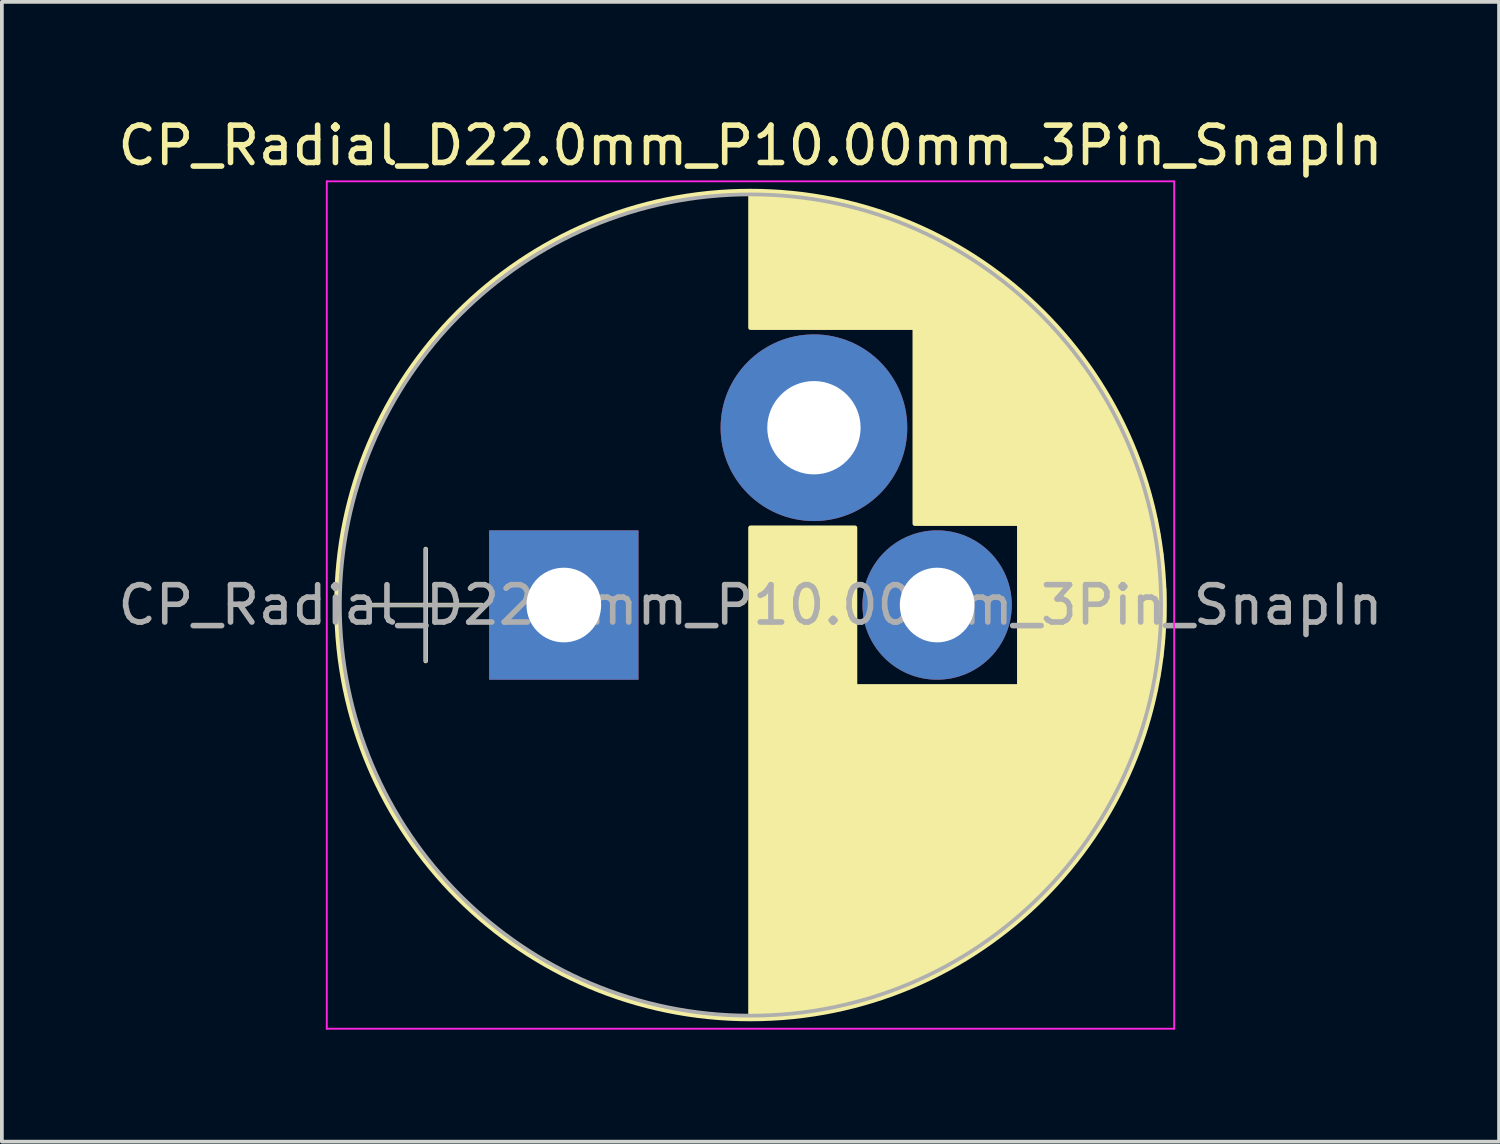
<source format=kicad_pcb>
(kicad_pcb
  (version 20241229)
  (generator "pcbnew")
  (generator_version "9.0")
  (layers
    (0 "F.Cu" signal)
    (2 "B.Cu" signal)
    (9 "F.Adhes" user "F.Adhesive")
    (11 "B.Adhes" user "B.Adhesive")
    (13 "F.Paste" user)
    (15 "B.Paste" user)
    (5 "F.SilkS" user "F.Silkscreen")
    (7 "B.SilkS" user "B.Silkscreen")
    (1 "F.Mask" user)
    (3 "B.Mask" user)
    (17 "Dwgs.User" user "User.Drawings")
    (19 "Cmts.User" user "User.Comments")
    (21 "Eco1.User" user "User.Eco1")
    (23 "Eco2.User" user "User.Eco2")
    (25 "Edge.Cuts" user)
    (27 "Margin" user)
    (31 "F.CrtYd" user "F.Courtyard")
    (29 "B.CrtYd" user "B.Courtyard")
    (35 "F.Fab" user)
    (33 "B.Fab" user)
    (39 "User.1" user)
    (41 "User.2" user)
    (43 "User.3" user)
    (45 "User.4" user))
  (footprint "CP_Radial_D22.0mm_P10.00mm_3Pin_SnapIn"
    (layer "F.Cu")
    (at 12.054 13.158)
    (property "Reference" "CP_Radial_D22.0mm_P10.00mm_3Pin_SnapIn" (at 5 -12.31 0) (layer "F.SilkS") (effects (font (size 1 1) (thickness 0.15))))
    (attr through_hole)
    (fp_line (start -5.2 0) (end -2.2 0) (stroke (width 0.12) (type solid)) (layer "F.SilkS"))
    (fp_line (start -3.7 -1.5) (end -3.7 1.5) (stroke (width 0.12) (type solid)) (layer "F.SilkS"))
    (fp_line (start 5 -11.05) (end 5 -7.43) (stroke (width 0.12) (type solid)) (layer "F.SilkS"))
    (fp_line (start 5 -2.07) (end 5 11.05) (stroke (width 0.12) (type solid)) (layer "F.SilkS"))
    (fp_line (start 5.04 -11.05) (end 5.04 -7.43) (stroke (width 0.12) (type solid)) (layer "F.SilkS"))
    (fp_line (start 5.04 -2.07) (end 5.04 11.05) (stroke (width 0.12) (type solid)) (layer "F.SilkS"))
    (fp_line (start 5.08 -11.05) (end 5.08 -7.43) (stroke (width 0.12) (type solid)) (layer "F.SilkS"))
    (fp_line (start 5.08 -2.07) (end 5.08 11.05) (stroke (width 0.12) (type solid)) (layer "F.SilkS"))
    (fp_line (start 5.12 -11.05) (end 5.12 -7.43) (stroke (width 0.12) (type solid)) (layer "F.SilkS"))
    (fp_line (start 5.12 -2.07) (end 5.12 11.05) (stroke (width 0.12) (type solid)) (layer "F.SilkS"))
    (fp_line (start 5.16 -11.049) (end 5.16 -7.43) (stroke (width 0.12) (type solid)) (layer "F.SilkS"))
    (fp_line (start 5.16 -2.07) (end 5.16 11.049) (stroke (width 0.12) (type solid)) (layer "F.SilkS"))
    (fp_line (start 5.2 -11.049) (end 5.2 -7.43) (stroke (width 0.12) (type solid)) (layer "F.SilkS"))
    (fp_line (start 5.2 -2.07) (end 5.2 11.049) (stroke (width 0.12) (type solid)) (layer "F.SilkS"))
    (fp_line (start 5.24 -11.048) (end 5.24 -7.43) (stroke (width 0.12) (type solid)) (layer "F.SilkS"))
    (fp_line (start 5.24 -2.07) (end 5.24 11.048) (stroke (width 0.12) (type solid)) (layer "F.SilkS"))
    (fp_line (start 5.28 -11.047) (end 5.28 -7.43) (stroke (width 0.12) (type solid)) (layer "F.SilkS"))
    (fp_line (start 5.28 -2.07) (end 5.28 11.047) (stroke (width 0.12) (type solid)) (layer "F.SilkS"))
    (fp_line (start 5.32 -11.046) (end 5.32 -7.43) (stroke (width 0.12) (type solid)) (layer "F.SilkS"))
    (fp_line (start 5.32 -2.07) (end 5.32 11.046) (stroke (width 0.12) (type solid)) (layer "F.SilkS"))
    (fp_line (start 5.36 -11.045) (end 5.36 -7.43) (stroke (width 0.12) (type solid)) (layer "F.SilkS"))
    (fp_line (start 5.36 -2.07) (end 5.36 11.045) (stroke (width 0.12) (type solid)) (layer "F.SilkS"))
    (fp_line (start 5.4 -11.043) (end 5.4 -7.43) (stroke (width 0.12) (type solid)) (layer "F.SilkS"))
    (fp_line (start 5.4 -2.07) (end 5.4 11.043) (stroke (width 0.12) (type solid)) (layer "F.SilkS"))
    (fp_line (start 5.44 -11.042) (end 5.44 -7.43) (stroke (width 0.12) (type solid)) (layer "F.SilkS"))
    (fp_line (start 5.44 -2.07) (end 5.44 11.042) (stroke (width 0.12) (type solid)) (layer "F.SilkS"))
    (fp_line (start 5.48 -11.04) (end 5.48 -7.43) (stroke (width 0.12) (type solid)) (layer "F.SilkS"))
    (fp_line (start 5.48 -2.07) (end 5.48 11.04) (stroke (width 0.12) (type solid)) (layer "F.SilkS"))
    (fp_line (start 5.52 -11.038) (end 5.52 -7.43) (stroke (width 0.12) (type solid)) (layer "F.SilkS"))
    (fp_line (start 5.52 -2.07) (end 5.52 11.038) (stroke (width 0.12) (type solid)) (layer "F.SilkS"))
    (fp_line (start 5.56 -11.036) (end 5.56 -7.43) (stroke (width 0.12) (type solid)) (layer "F.SilkS"))
    (fp_line (start 5.56 -2.07) (end 5.56 11.036) (stroke (width 0.12) (type solid)) (layer "F.SilkS"))
    (fp_line (start 5.6 -11.034) (end 5.6 -7.43) (stroke (width 0.12) (type solid)) (layer "F.SilkS"))
    (fp_line (start 5.6 -2.07) (end 5.6 11.034) (stroke (width 0.12) (type solid)) (layer "F.SilkS"))
    (fp_line (start 5.64 -11.032) (end 5.64 -7.43) (stroke (width 0.12) (type solid)) (layer "F.SilkS"))
    (fp_line (start 5.64 -2.07) (end 5.64 11.032) (stroke (width 0.12) (type solid)) (layer "F.SilkS"))
    (fp_line (start 5.68 -11.03) (end 5.68 -7.43) (stroke (width 0.12) (type solid)) (layer "F.SilkS"))
    (fp_line (start 5.68 -2.07) (end 5.68 11.03) (stroke (width 0.12) (type solid)) (layer "F.SilkS"))
    (fp_line (start 5.721 -11.027) (end 5.721 -7.43) (stroke (width 0.12) (type solid)) (layer "F.SilkS"))
    (fp_line (start 5.721 -2.07) (end 5.721 11.027) (stroke (width 0.12) (type solid)) (layer "F.SilkS"))
    (fp_line (start 5.761 -11.024) (end 5.761 -7.43) (stroke (width 0.12) (type solid)) (layer "F.SilkS"))
    (fp_line (start 5.761 -2.07) (end 5.761 11.024) (stroke (width 0.12) (type solid)) (layer "F.SilkS"))
    (fp_line (start 5.801 -11.022) (end 5.801 -7.43) (stroke (width 0.12) (type solid)) (layer "F.SilkS"))
    (fp_line (start 5.801 -2.07) (end 5.801 11.022) (stroke (width 0.12) (type solid)) (layer "F.SilkS"))
    (fp_line (start 5.841 -11.019) (end 5.841 -7.43) (stroke (width 0.12) (type solid)) (layer "F.SilkS"))
    (fp_line (start 5.841 -2.07) (end 5.841 11.019) (stroke (width 0.12) (type solid)) (layer "F.SilkS"))
    (fp_line (start 5.881 -11.016) (end 5.881 -7.43) (stroke (width 0.12) (type solid)) (layer "F.SilkS"))
    (fp_line (start 5.881 -2.07) (end 5.881 11.016) (stroke (width 0.12) (type solid)) (layer "F.SilkS"))
    (fp_line (start 5.921 -11.012) (end 5.921 -7.43) (stroke (width 0.12) (type solid)) (layer "F.SilkS"))
    (fp_line (start 5.921 -2.07) (end 5.921 11.012) (stroke (width 0.12) (type solid)) (layer "F.SilkS"))
    (fp_line (start 5.961 -11.009) (end 5.961 -7.43) (stroke (width 0.12) (type solid)) (layer "F.SilkS"))
    (fp_line (start 5.961 -2.07) (end 5.961 11.009) (stroke (width 0.12) (type solid)) (layer "F.SilkS"))
    (fp_line (start 6.001 -11.005) (end 6.001 -7.43) (stroke (width 0.12) (type solid)) (layer "F.SilkS"))
    (fp_line (start 6.001 -2.07) (end 6.001 11.005) (stroke (width 0.12) (type solid)) (layer "F.SilkS"))
    (fp_line (start 6.041 -11.002) (end 6.041 -7.43) (stroke (width 0.12) (type solid)) (layer "F.SilkS"))
    (fp_line (start 6.041 -2.07) (end 6.041 11.002) (stroke (width 0.12) (type solid)) (layer "F.SilkS"))
    (fp_line (start 6.081 -10.998) (end 6.081 -7.43) (stroke (width 0.12) (type solid)) (layer "F.SilkS"))
    (fp_line (start 6.081 -2.07) (end 6.081 10.998) (stroke (width 0.12) (type solid)) (layer "F.SilkS"))
    (fp_line (start 6.121 -10.994) (end 6.121 -7.43) (stroke (width 0.12) (type solid)) (layer "F.SilkS"))
    (fp_line (start 6.121 -2.07) (end 6.121 10.994) (stroke (width 0.12) (type solid)) (layer "F.SilkS"))
    (fp_line (start 6.161 -10.99) (end 6.161 -7.43) (stroke (width 0.12) (type solid)) (layer "F.SilkS"))
    (fp_line (start 6.161 -2.07) (end 6.161 10.99) (stroke (width 0.12) (type solid)) (layer "F.SilkS"))
    (fp_line (start 6.201 -10.985) (end 6.201 -7.43) (stroke (width 0.12) (type solid)) (layer "F.SilkS"))
    (fp_line (start 6.201 -2.07) (end 6.201 10.985) (stroke (width 0.12) (type solid)) (layer "F.SilkS"))
    (fp_line (start 6.241 -10.981) (end 6.241 -7.43) (stroke (width 0.12) (type solid)) (layer "F.SilkS"))
    (fp_line (start 6.241 -2.07) (end 6.241 10.981) (stroke (width 0.12) (type solid)) (layer "F.SilkS"))
    (fp_line (start 6.281 -10.976) (end 6.281 -7.43) (stroke (width 0.12) (type solid)) (layer "F.SilkS"))
    (fp_line (start 6.281 -2.07) (end 6.281 10.976) (stroke (width 0.12) (type solid)) (layer "F.SilkS"))
    (fp_line (start 6.321 -10.972) (end 6.321 -7.43) (stroke (width 0.12) (type solid)) (layer "F.SilkS"))
    (fp_line (start 6.321 -2.07) (end 6.321 10.972) (stroke (width 0.12) (type solid)) (layer "F.SilkS"))
    (fp_line (start 6.361 -10.967) (end 6.361 -7.43) (stroke (width 0.12) (type solid)) (layer "F.SilkS"))
    (fp_line (start 6.361 -2.07) (end 6.361 10.967) (stroke (width 0.12) (type solid)) (layer "F.SilkS"))
    (fp_line (start 6.401 -10.962) (end 6.401 -7.43) (stroke (width 0.12) (type solid)) (layer "F.SilkS"))
    (fp_line (start 6.401 -2.07) (end 6.401 10.962) (stroke (width 0.12) (type solid)) (layer "F.SilkS"))
    (fp_line (start 6.441 -10.957) (end 6.441 -7.43) (stroke (width 0.12) (type solid)) (layer "F.SilkS"))
    (fp_line (start 6.441 -2.07) (end 6.441 10.957) (stroke (width 0.12) (type solid)) (layer "F.SilkS"))
    (fp_line (start 6.481 -10.951) (end 6.481 -7.43) (stroke (width 0.12) (type solid)) (layer "F.SilkS"))
    (fp_line (start 6.481 -2.07) (end 6.481 10.951) (stroke (width 0.12) (type solid)) (layer "F.SilkS"))
    (fp_line (start 6.521 -10.946) (end 6.521 -7.43) (stroke (width 0.12) (type solid)) (layer "F.SilkS"))
    (fp_line (start 6.521 -2.07) (end 6.521 10.946) (stroke (width 0.12) (type solid)) (layer "F.SilkS"))
    (fp_line (start 6.561 -10.94) (end 6.561 -7.43) (stroke (width 0.12) (type solid)) (layer "F.SilkS"))
    (fp_line (start 6.561 -2.07) (end 6.561 10.94) (stroke (width 0.12) (type solid)) (layer "F.SilkS"))
    (fp_line (start 6.601 -10.934) (end 6.601 -7.43) (stroke (width 0.12) (type solid)) (layer "F.SilkS"))
    (fp_line (start 6.601 -2.07) (end 6.601 10.934) (stroke (width 0.12) (type solid)) (layer "F.SilkS"))
    (fp_line (start 6.641 -10.929) (end 6.641 -7.43) (stroke (width 0.12) (type solid)) (layer "F.SilkS"))
    (fp_line (start 6.641 -2.07) (end 6.641 10.929) (stroke (width 0.12) (type solid)) (layer "F.SilkS"))
    (fp_line (start 6.681 -10.923) (end 6.681 -7.43) (stroke (width 0.12) (type solid)) (layer "F.SilkS"))
    (fp_line (start 6.681 -2.07) (end 6.681 10.923) (stroke (width 0.12) (type solid)) (layer "F.SilkS"))
    (fp_line (start 6.721 -10.916) (end 6.721 -7.43) (stroke (width 0.12) (type solid)) (layer "F.SilkS"))
    (fp_line (start 6.721 -2.07) (end 6.721 10.916) (stroke (width 0.12) (type solid)) (layer "F.SilkS"))
    (fp_line (start 6.761 -10.91) (end 6.761 -7.43) (stroke (width 0.12) (type solid)) (layer "F.SilkS"))
    (fp_line (start 6.761 -2.07) (end 6.761 10.91) (stroke (width 0.12) (type solid)) (layer "F.SilkS"))
    (fp_line (start 6.801 -10.903) (end 6.801 -7.43) (stroke (width 0.12) (type solid)) (layer "F.SilkS"))
    (fp_line (start 6.801 -2.07) (end 6.801 10.903) (stroke (width 0.12) (type solid)) (layer "F.SilkS"))
    (fp_line (start 6.841 -10.897) (end 6.841 -7.43) (stroke (width 0.12) (type solid)) (layer "F.SilkS"))
    (fp_line (start 6.841 -2.07) (end 6.841 10.897) (stroke (width 0.12) (type solid)) (layer "F.SilkS"))
    (fp_line (start 6.881 -10.89) (end 6.881 -7.43) (stroke (width 0.12) (type solid)) (layer "F.SilkS"))
    (fp_line (start 6.881 -2.07) (end 6.881 10.89) (stroke (width 0.12) (type solid)) (layer "F.SilkS"))
    (fp_line (start 6.921 -10.883) (end 6.921 -7.43) (stroke (width 0.12) (type solid)) (layer "F.SilkS"))
    (fp_line (start 6.921 -2.07) (end 6.921 10.883) (stroke (width 0.12) (type solid)) (layer "F.SilkS"))
    (fp_line (start 6.961 -10.876) (end 6.961 -7.43) (stroke (width 0.12) (type solid)) (layer "F.SilkS"))
    (fp_line (start 6.961 -2.07) (end 6.961 10.876) (stroke (width 0.12) (type solid)) (layer "F.SilkS"))
    (fp_line (start 7.001 -10.869) (end 7.001 -7.43) (stroke (width 0.12) (type solid)) (layer "F.SilkS"))
    (fp_line (start 7.001 -2.07) (end 7.001 10.869) (stroke (width 0.12) (type solid)) (layer "F.SilkS"))
    (fp_line (start 7.041 -10.861) (end 7.041 -7.43) (stroke (width 0.12) (type solid)) (layer "F.SilkS"))
    (fp_line (start 7.041 -2.07) (end 7.041 10.861) (stroke (width 0.12) (type solid)) (layer "F.SilkS"))
    (fp_line (start 7.081 -10.854) (end 7.081 -7.43) (stroke (width 0.12) (type solid)) (layer "F.SilkS"))
    (fp_line (start 7.081 -2.07) (end 7.081 10.854) (stroke (width 0.12) (type solid)) (layer "F.SilkS"))
    (fp_line (start 7.121 -10.846) (end 7.121 -7.43) (stroke (width 0.12) (type solid)) (layer "F.SilkS"))
    (fp_line (start 7.121 -2.07) (end 7.121 10.846) (stroke (width 0.12) (type solid)) (layer "F.SilkS"))
    (fp_line (start 7.161 -10.838) (end 7.161 -7.43) (stroke (width 0.12) (type solid)) (layer "F.SilkS"))
    (fp_line (start 7.161 -2.07) (end 7.161 10.838) (stroke (width 0.12) (type solid)) (layer "F.SilkS"))
    (fp_line (start 7.201 -10.83) (end 7.201 -7.43) (stroke (width 0.12) (type solid)) (layer "F.SilkS"))
    (fp_line (start 7.201 -2.07) (end 7.201 10.83) (stroke (width 0.12) (type solid)) (layer "F.SilkS"))
    (fp_line (start 7.241 -10.822) (end 7.241 -7.43) (stroke (width 0.12) (type solid)) (layer "F.SilkS"))
    (fp_line (start 7.241 -2.07) (end 7.241 10.822) (stroke (width 0.12) (type solid)) (layer "F.SilkS"))
    (fp_line (start 7.281 -10.814) (end 7.281 -7.43) (stroke (width 0.12) (type solid)) (layer "F.SilkS"))
    (fp_line (start 7.281 -2.07) (end 7.281 10.814) (stroke (width 0.12) (type solid)) (layer "F.SilkS"))
    (fp_line (start 7.321 -10.805) (end 7.321 -7.43) (stroke (width 0.12) (type solid)) (layer "F.SilkS"))
    (fp_line (start 7.321 -2.07) (end 7.321 10.805) (stroke (width 0.12) (type solid)) (layer "F.SilkS"))
    (fp_line (start 7.361 -10.796) (end 7.361 -7.43) (stroke (width 0.12) (type solid)) (layer "F.SilkS"))
    (fp_line (start 7.361 -2.07) (end 7.361 10.796) (stroke (width 0.12) (type solid)) (layer "F.SilkS"))
    (fp_line (start 7.401 -10.788) (end 7.401 -7.43) (stroke (width 0.12) (type solid)) (layer "F.SilkS"))
    (fp_line (start 7.401 -2.07) (end 7.401 10.788) (stroke (width 0.12) (type solid)) (layer "F.SilkS"))
    (fp_line (start 7.441 -10.779) (end 7.441 -7.43) (stroke (width 0.12) (type solid)) (layer "F.SilkS"))
    (fp_line (start 7.441 -2.07) (end 7.441 10.779) (stroke (width 0.12) (type solid)) (layer "F.SilkS"))
    (fp_line (start 7.481 -10.77) (end 7.481 -7.43) (stroke (width 0.12) (type solid)) (layer "F.SilkS"))
    (fp_line (start 7.481 -2.07) (end 7.481 10.77) (stroke (width 0.12) (type solid)) (layer "F.SilkS"))
    (fp_line (start 7.521 -10.76) (end 7.521 -7.43) (stroke (width 0.12) (type solid)) (layer "F.SilkS"))
    (fp_line (start 7.521 -2.07) (end 7.521 10.76) (stroke (width 0.12) (type solid)) (layer "F.SilkS"))
    (fp_line (start 7.561 -10.751) (end 7.561 -7.43) (stroke (width 0.12) (type solid)) (layer "F.SilkS"))
    (fp_line (start 7.561 -2.07) (end 7.561 10.751) (stroke (width 0.12) (type solid)) (layer "F.SilkS"))
    (fp_line (start 7.601 -10.741) (end 7.601 -7.43) (stroke (width 0.12) (type solid)) (layer "F.SilkS"))
    (fp_line (start 7.601 -2.07) (end 7.601 10.741) (stroke (width 0.12) (type solid)) (layer "F.SilkS"))
    (fp_line (start 7.641 -10.732) (end 7.641 -7.43) (stroke (width 0.12) (type solid)) (layer "F.SilkS"))
    (fp_line (start 7.641 -2.07) (end 7.641 10.732) (stroke (width 0.12) (type solid)) (layer "F.SilkS"))
    (fp_line (start 7.681 -10.722) (end 7.681 -7.43) (stroke (width 0.12) (type solid)) (layer "F.SilkS"))
    (fp_line (start 7.681 -2.07) (end 7.681 10.722) (stroke (width 0.12) (type solid)) (layer "F.SilkS"))
    (fp_line (start 7.721 -10.712) (end 7.721 -7.43) (stroke (width 0.12) (type solid)) (layer "F.SilkS"))
    (fp_line (start 7.721 -2.07) (end 7.721 10.712) (stroke (width 0.12) (type solid)) (layer "F.SilkS"))
    (fp_line (start 7.761 -10.702) (end 7.761 -7.43) (stroke (width 0.12) (type solid)) (layer "F.SilkS"))
    (fp_line (start 7.761 -2.07) (end 7.761 10.702) (stroke (width 0.12) (type solid)) (layer "F.SilkS"))
    (fp_line (start 7.801 -10.691) (end 7.801 -7.43) (stroke (width 0.12) (type solid)) (layer "F.SilkS"))
    (fp_line (start 7.801 -2.07) (end 7.801 10.691) (stroke (width 0.12) (type solid)) (layer "F.SilkS"))
    (fp_line (start 7.841 -10.681) (end 7.841 -7.43) (stroke (width 0.12) (type solid)) (layer "F.SilkS"))
    (fp_line (start 7.841 2.18) (end 7.841 10.681) (stroke (width 0.12) (type solid)) (layer "F.SilkS"))
    (fp_line (start 7.881 -10.67) (end 7.881 -7.43) (stroke (width 0.12) (type solid)) (layer "F.SilkS"))
    (fp_line (start 7.881 2.18) (end 7.881 10.67) (stroke (width 0.12) (type solid)) (layer "F.SilkS"))
    (fp_line (start 7.921 -10.659) (end 7.921 -7.43) (stroke (width 0.12) (type solid)) (layer "F.SilkS"))
    (fp_line (start 7.921 2.18) (end 7.921 10.659) (stroke (width 0.12) (type solid)) (layer "F.SilkS"))
    (fp_line (start 7.961 -10.648) (end 7.961 -7.43) (stroke (width 0.12) (type solid)) (layer "F.SilkS"))
    (fp_line (start 7.961 2.18) (end 7.961 10.648) (stroke (width 0.12) (type solid)) (layer "F.SilkS"))
    (fp_line (start 8.001 -10.637) (end 8.001 -7.43) (stroke (width 0.12) (type solid)) (layer "F.SilkS"))
    (fp_line (start 8.001 2.18) (end 8.001 10.637) (stroke (width 0.12) (type solid)) (layer "F.SilkS"))
    (fp_line (start 8.041 -10.626) (end 8.041 -7.43) (stroke (width 0.12) (type solid)) (layer "F.SilkS"))
    (fp_line (start 8.041 2.18) (end 8.041 10.626) (stroke (width 0.12) (type solid)) (layer "F.SilkS"))
    (fp_line (start 8.081 -10.614) (end 8.081 -7.43) (stroke (width 0.12) (type solid)) (layer "F.SilkS"))
    (fp_line (start 8.081 2.18) (end 8.081 10.614) (stroke (width 0.12) (type solid)) (layer "F.SilkS"))
    (fp_line (start 8.121 -10.603) (end 8.121 -7.43) (stroke (width 0.12) (type solid)) (layer "F.SilkS"))
    (fp_line (start 8.121 2.18) (end 8.121 10.603) (stroke (width 0.12) (type solid)) (layer "F.SilkS"))
    (fp_line (start 8.161 -10.591) (end 8.161 -7.43) (stroke (width 0.12) (type solid)) (layer "F.SilkS"))
    (fp_line (start 8.161 2.18) (end 8.161 10.591) (stroke (width 0.12) (type solid)) (layer "F.SilkS"))
    (fp_line (start 8.201 -10.579) (end 8.201 -7.43) (stroke (width 0.12) (type solid)) (layer "F.SilkS"))
    (fp_line (start 8.201 2.18) (end 8.201 10.579) (stroke (width 0.12) (type solid)) (layer "F.SilkS"))
    (fp_line (start 8.241 -10.567) (end 8.241 -7.43) (stroke (width 0.12) (type solid)) (layer "F.SilkS"))
    (fp_line (start 8.241 2.18) (end 8.241 10.567) (stroke (width 0.12) (type solid)) (layer "F.SilkS"))
    (fp_line (start 8.281 -10.554) (end 8.281 -7.43) (stroke (width 0.12) (type solid)) (layer "F.SilkS"))
    (fp_line (start 8.281 2.18) (end 8.281 10.554) (stroke (width 0.12) (type solid)) (layer "F.SilkS"))
    (fp_line (start 8.321 -10.542) (end 8.321 -7.43) (stroke (width 0.12) (type solid)) (layer "F.SilkS"))
    (fp_line (start 8.321 2.18) (end 8.321 10.542) (stroke (width 0.12) (type solid)) (layer "F.SilkS"))
    (fp_line (start 8.361 -10.529) (end 8.361 -7.43) (stroke (width 0.12) (type solid)) (layer "F.SilkS"))
    (fp_line (start 8.361 2.18) (end 8.361 10.529) (stroke (width 0.12) (type solid)) (layer "F.SilkS"))
    (fp_line (start 8.401 -10.516) (end 8.401 -7.43) (stroke (width 0.12) (type solid)) (layer "F.SilkS"))
    (fp_line (start 8.401 2.18) (end 8.401 10.516) (stroke (width 0.12) (type solid)) (layer "F.SilkS"))
    (fp_line (start 8.441 -10.503) (end 8.441 -7.43) (stroke (width 0.12) (type solid)) (layer "F.SilkS"))
    (fp_line (start 8.441 2.18) (end 8.441 10.503) (stroke (width 0.12) (type solid)) (layer "F.SilkS"))
    (fp_line (start 8.481 -10.49) (end 8.481 -7.43) (stroke (width 0.12) (type solid)) (layer "F.SilkS"))
    (fp_line (start 8.481 2.18) (end 8.481 10.49) (stroke (width 0.12) (type solid)) (layer "F.SilkS"))
    (fp_line (start 8.521 -10.477) (end 8.521 -7.43) (stroke (width 0.12) (type solid)) (layer "F.SilkS"))
    (fp_line (start 8.521 2.18) (end 8.521 10.477) (stroke (width 0.12) (type solid)) (layer "F.SilkS"))
    (fp_line (start 8.561 -10.464) (end 8.561 -7.43) (stroke (width 0.12) (type solid)) (layer "F.SilkS"))
    (fp_line (start 8.561 2.18) (end 8.561 10.464) (stroke (width 0.12) (type solid)) (layer "F.SilkS"))
    (fp_line (start 8.601 -10.45) (end 8.601 -7.43) (stroke (width 0.12) (type solid)) (layer "F.SilkS"))
    (fp_line (start 8.601 2.18) (end 8.601 10.45) (stroke (width 0.12) (type solid)) (layer "F.SilkS"))
    (fp_line (start 8.641 -10.436) (end 8.641 -7.43) (stroke (width 0.12) (type solid)) (layer "F.SilkS"))
    (fp_line (start 8.641 2.18) (end 8.641 10.436) (stroke (width 0.12) (type solid)) (layer "F.SilkS"))
    (fp_line (start 8.681 -10.422) (end 8.681 -7.43) (stroke (width 0.12) (type solid)) (layer "F.SilkS"))
    (fp_line (start 8.681 2.18) (end 8.681 10.422) (stroke (width 0.12) (type solid)) (layer "F.SilkS"))
    (fp_line (start 8.721 -10.408) (end 8.721 -7.43) (stroke (width 0.12) (type solid)) (layer "F.SilkS"))
    (fp_line (start 8.721 2.18) (end 8.721 10.408) (stroke (width 0.12) (type solid)) (layer "F.SilkS"))
    (fp_line (start 8.761 -10.394) (end 8.761 -7.43) (stroke (width 0.12) (type solid)) (layer "F.SilkS"))
    (fp_line (start 8.761 2.18) (end 8.761 10.394) (stroke (width 0.12) (type solid)) (layer "F.SilkS"))
    (fp_line (start 8.801 -10.379) (end 8.801 -7.43) (stroke (width 0.12) (type solid)) (layer "F.SilkS"))
    (fp_line (start 8.801 2.18) (end 8.801 10.379) (stroke (width 0.12) (type solid)) (layer "F.SilkS"))
    (fp_line (start 8.841 -10.364) (end 8.841 -7.43) (stroke (width 0.12) (type solid)) (layer "F.SilkS"))
    (fp_line (start 8.841 2.18) (end 8.841 10.364) (stroke (width 0.12) (type solid)) (layer "F.SilkS"))
    (fp_line (start 8.881 -10.35) (end 8.881 -7.43) (stroke (width 0.12) (type solid)) (layer "F.SilkS"))
    (fp_line (start 8.881 2.18) (end 8.881 10.35) (stroke (width 0.12) (type solid)) (layer "F.SilkS"))
    (fp_line (start 8.921 -10.335) (end 8.921 -7.43) (stroke (width 0.12) (type solid)) (layer "F.SilkS"))
    (fp_line (start 8.921 2.18) (end 8.921 10.335) (stroke (width 0.12) (type solid)) (layer "F.SilkS"))
    (fp_line (start 8.961 -10.319) (end 8.961 -7.43) (stroke (width 0.12) (type solid)) (layer "F.SilkS"))
    (fp_line (start 8.961 2.18) (end 8.961 10.319) (stroke (width 0.12) (type solid)) (layer "F.SilkS"))
    (fp_line (start 9.001 -10.304) (end 9.001 -7.43) (stroke (width 0.12) (type solid)) (layer "F.SilkS"))
    (fp_line (start 9.001 2.18) (end 9.001 10.304) (stroke (width 0.12) (type solid)) (layer "F.SilkS"))
    (fp_line (start 9.041 -10.288) (end 9.041 -7.43) (stroke (width 0.12) (type solid)) (layer "F.SilkS"))
    (fp_line (start 9.041 2.18) (end 9.041 10.288) (stroke (width 0.12) (type solid)) (layer "F.SilkS"))
    (fp_line (start 9.081 -10.273) (end 9.081 -7.43) (stroke (width 0.12) (type solid)) (layer "F.SilkS"))
    (fp_line (start 9.081 2.18) (end 9.081 10.273) (stroke (width 0.12) (type solid)) (layer "F.SilkS"))
    (fp_line (start 9.121 -10.257) (end 9.121 -7.43) (stroke (width 0.12) (type solid)) (layer "F.SilkS"))
    (fp_line (start 9.121 2.18) (end 9.121 10.257) (stroke (width 0.12) (type solid)) (layer "F.SilkS"))
    (fp_line (start 9.161 -10.241) (end 9.161 -7.43) (stroke (width 0.12) (type solid)) (layer "F.SilkS"))
    (fp_line (start 9.161 2.18) (end 9.161 10.241) (stroke (width 0.12) (type solid)) (layer "F.SilkS"))
    (fp_line (start 9.201 -10.224) (end 9.201 -7.43) (stroke (width 0.12) (type solid)) (layer "F.SilkS"))
    (fp_line (start 9.201 2.18) (end 9.201 10.224) (stroke (width 0.12) (type solid)) (layer "F.SilkS"))
    (fp_line (start 9.241 -10.208) (end 9.241 -7.43) (stroke (width 0.12) (type solid)) (layer "F.SilkS"))
    (fp_line (start 9.241 2.18) (end 9.241 10.208) (stroke (width 0.12) (type solid)) (layer "F.SilkS"))
    (fp_line (start 9.281 -10.191) (end 9.281 -7.43) (stroke (width 0.12) (type solid)) (layer "F.SilkS"))
    (fp_line (start 9.281 2.18) (end 9.281 10.191) (stroke (width 0.12) (type solid)) (layer "F.SilkS"))
    (fp_line (start 9.321 -10.174) (end 9.321 -7.43) (stroke (width 0.12) (type solid)) (layer "F.SilkS"))
    (fp_line (start 9.321 2.18) (end 9.321 10.174) (stroke (width 0.12) (type solid)) (layer "F.SilkS"))
    (fp_line (start 9.361 -10.157) (end 9.361 -7.43) (stroke (width 0.12) (type solid)) (layer "F.SilkS"))
    (fp_line (start 9.361 2.18) (end 9.361 10.157) (stroke (width 0.12) (type solid)) (layer "F.SilkS"))
    (fp_line (start 9.401 -10.14) (end 9.401 -2.18) (stroke (width 0.12) (type solid)) (layer "F.SilkS"))
    (fp_line (start 9.401 2.18) (end 9.401 10.14) (stroke (width 0.12) (type solid)) (layer "F.SilkS"))
    (fp_line (start 9.441 -10.123) (end 9.441 -2.18) (stroke (width 0.12) (type solid)) (layer "F.SilkS"))
    (fp_line (start 9.441 2.18) (end 9.441 10.123) (stroke (width 0.12) (type solid)) (layer "F.SilkS"))
    (fp_line (start 9.481 -10.105) (end 9.481 -2.18) (stroke (width 0.12) (type solid)) (layer "F.SilkS"))
    (fp_line (start 9.481 2.18) (end 9.481 10.105) (stroke (width 0.12) (type solid)) (layer "F.SilkS"))
    (fp_line (start 9.521 -10.088) (end 9.521 -2.18) (stroke (width 0.12) (type solid)) (layer "F.SilkS"))
    (fp_line (start 9.521 2.18) (end 9.521 10.088) (stroke (width 0.12) (type solid)) (layer "F.SilkS"))
    (fp_line (start 9.561 -10.07) (end 9.561 -2.18) (stroke (width 0.12) (type solid)) (layer "F.SilkS"))
    (fp_line (start 9.561 2.18) (end 9.561 10.07) (stroke (width 0.12) (type solid)) (layer "F.SilkS"))
    (fp_line (start 9.601 -10.051) (end 9.601 -2.18) (stroke (width 0.12) (type solid)) (layer "F.SilkS"))
    (fp_line (start 9.601 2.18) (end 9.601 10.051) (stroke (width 0.12) (type solid)) (layer "F.SilkS"))
    (fp_line (start 9.641 -10.033) (end 9.641 -2.18) (stroke (width 0.12) (type solid)) (layer "F.SilkS"))
    (fp_line (start 9.641 2.18) (end 9.641 10.033) (stroke (width 0.12) (type solid)) (layer "F.SilkS"))
    (fp_line (start 9.681 -10.015) (end 9.681 -2.18) (stroke (width 0.12) (type solid)) (layer "F.SilkS"))
    (fp_line (start 9.681 2.18) (end 9.681 10.015) (stroke (width 0.12) (type solid)) (layer "F.SilkS"))
    (fp_line (start 9.721 -9.996) (end 9.721 -2.18) (stroke (width 0.12) (type solid)) (layer "F.SilkS"))
    (fp_line (start 9.721 2.18) (end 9.721 9.996) (stroke (width 0.12) (type solid)) (layer "F.SilkS"))
    (fp_line (start 9.761 -9.977) (end 9.761 -2.18) (stroke (width 0.12) (type solid)) (layer "F.SilkS"))
    (fp_line (start 9.761 2.18) (end 9.761 9.977) (stroke (width 0.12) (type solid)) (layer "F.SilkS"))
    (fp_line (start 9.801 -9.958) (end 9.801 -2.18) (stroke (width 0.12) (type solid)) (layer "F.SilkS"))
    (fp_line (start 9.801 2.18) (end 9.801 9.958) (stroke (width 0.12) (type solid)) (layer "F.SilkS"))
    (fp_line (start 9.841 -9.939) (end 9.841 -2.18) (stroke (width 0.12) (type solid)) (layer "F.SilkS"))
    (fp_line (start 9.841 2.18) (end 9.841 9.939) (stroke (width 0.12) (type solid)) (layer "F.SilkS"))
    (fp_line (start 9.881 -9.919) (end 9.881 -2.18) (stroke (width 0.12) (type solid)) (layer "F.SilkS"))
    (fp_line (start 9.881 2.18) (end 9.881 9.919) (stroke (width 0.12) (type solid)) (layer "F.SilkS"))
    (fp_line (start 9.921 -9.899) (end 9.921 -2.18) (stroke (width 0.12) (type solid)) (layer "F.SilkS"))
    (fp_line (start 9.921 2.18) (end 9.921 9.899) (stroke (width 0.12) (type solid)) (layer "F.SilkS"))
    (fp_line (start 9.961 -9.879) (end 9.961 -2.18) (stroke (width 0.12) (type solid)) (layer "F.SilkS"))
    (fp_line (start 9.961 2.18) (end 9.961 9.879) (stroke (width 0.12) (type solid)) (layer "F.SilkS"))
    (fp_line (start 10.001 -9.859) (end 10.001 -2.18) (stroke (width 0.12) (type solid)) (layer "F.SilkS"))
    (fp_line (start 10.001 2.18) (end 10.001 9.859) (stroke (width 0.12) (type solid)) (layer "F.SilkS"))
    (fp_line (start 10.041 -9.839) (end 10.041 -2.18) (stroke (width 0.12) (type solid)) (layer "F.SilkS"))
    (fp_line (start 10.041 2.18) (end 10.041 9.839) (stroke (width 0.12) (type solid)) (layer "F.SilkS"))
    (fp_line (start 10.081 -9.819) (end 10.081 -2.18) (stroke (width 0.12) (type solid)) (layer "F.SilkS"))
    (fp_line (start 10.081 2.18) (end 10.081 9.819) (stroke (width 0.12) (type solid)) (layer "F.SilkS"))
    (fp_line (start 10.121 -9.798) (end 10.121 -2.18) (stroke (width 0.12) (type solid)) (layer "F.SilkS"))
    (fp_line (start 10.121 2.18) (end 10.121 9.798) (stroke (width 0.12) (type solid)) (layer "F.SilkS"))
    (fp_line (start 10.161 -9.777) (end 10.161 -2.18) (stroke (width 0.12) (type solid)) (layer "F.SilkS"))
    (fp_line (start 10.161 2.18) (end 10.161 9.777) (stroke (width 0.12) (type solid)) (layer "F.SilkS"))
    (fp_line (start 10.201 -9.756) (end 10.201 -2.18) (stroke (width 0.12) (type solid)) (layer "F.SilkS"))
    (fp_line (start 10.201 2.18) (end 10.201 9.756) (stroke (width 0.12) (type solid)) (layer "F.SilkS"))
    (fp_line (start 10.241 -9.734) (end 10.241 -2.18) (stroke (width 0.12) (type solid)) (layer "F.SilkS"))
    (fp_line (start 10.241 2.18) (end 10.241 9.734) (stroke (width 0.12) (type solid)) (layer "F.SilkS"))
    (fp_line (start 10.281 -9.713) (end 10.281 -2.18) (stroke (width 0.12) (type solid)) (layer "F.SilkS"))
    (fp_line (start 10.281 2.18) (end 10.281 9.713) (stroke (width 0.12) (type solid)) (layer "F.SilkS"))
    (fp_line (start 10.321 -9.691) (end 10.321 -2.18) (stroke (width 0.12) (type solid)) (layer "F.SilkS"))
    (fp_line (start 10.321 2.18) (end 10.321 9.691) (stroke (width 0.12) (type solid)) (layer "F.SilkS"))
    (fp_line (start 10.361 -9.669) (end 10.361 -2.18) (stroke (width 0.12) (type solid)) (layer "F.SilkS"))
    (fp_line (start 10.361 2.18) (end 10.361 9.669) (stroke (width 0.12) (type solid)) (layer "F.SilkS"))
    (fp_line (start 10.401 -9.647) (end 10.401 -2.18) (stroke (width 0.12) (type solid)) (layer "F.SilkS"))
    (fp_line (start 10.401 2.18) (end 10.401 9.647) (stroke (width 0.12) (type solid)) (layer "F.SilkS"))
    (fp_line (start 10.441 -9.625) (end 10.441 -2.18) (stroke (width 0.12) (type solid)) (layer "F.SilkS"))
    (fp_line (start 10.441 2.18) (end 10.441 9.625) (stroke (width 0.12) (type solid)) (layer "F.SilkS"))
    (fp_line (start 10.481 -9.602) (end 10.481 -2.18) (stroke (width 0.12) (type solid)) (layer "F.SilkS"))
    (fp_line (start 10.481 2.18) (end 10.481 9.602) (stroke (width 0.12) (type solid)) (layer "F.SilkS"))
    (fp_line (start 10.521 -9.579) (end 10.521 -2.18) (stroke (width 0.12) (type solid)) (layer "F.SilkS"))
    (fp_line (start 10.521 2.18) (end 10.521 9.579) (stroke (width 0.12) (type solid)) (layer "F.SilkS"))
    (fp_line (start 10.561 -9.556) (end 10.561 -2.18) (stroke (width 0.12) (type solid)) (layer "F.SilkS"))
    (fp_line (start 10.561 2.18) (end 10.561 9.556) (stroke (width 0.12) (type solid)) (layer "F.SilkS"))
    (fp_line (start 10.601 -9.533) (end 10.601 -2.18) (stroke (width 0.12) (type solid)) (layer "F.SilkS"))
    (fp_line (start 10.601 2.18) (end 10.601 9.533) (stroke (width 0.12) (type solid)) (layer "F.SilkS"))
    (fp_line (start 10.641 -9.509) (end 10.641 -2.18) (stroke (width 0.12) (type solid)) (layer "F.SilkS"))
    (fp_line (start 10.641 2.18) (end 10.641 9.509) (stroke (width 0.12) (type solid)) (layer "F.SilkS"))
    (fp_line (start 10.681 -9.486) (end 10.681 -2.18) (stroke (width 0.12) (type solid)) (layer "F.SilkS"))
    (fp_line (start 10.681 2.18) (end 10.681 9.486) (stroke (width 0.12) (type solid)) (layer "F.SilkS"))
    (fp_line (start 10.721 -9.462) (end 10.721 -2.18) (stroke (width 0.12) (type solid)) (layer "F.SilkS"))
    (fp_line (start 10.721 2.18) (end 10.721 9.462) (stroke (width 0.12) (type solid)) (layer "F.SilkS"))
    (fp_line (start 10.761 -9.437) (end 10.761 -2.18) (stroke (width 0.12) (type solid)) (layer "F.SilkS"))
    (fp_line (start 10.761 2.18) (end 10.761 9.437) (stroke (width 0.12) (type solid)) (layer "F.SilkS"))
    (fp_line (start 10.801 -9.413) (end 10.801 -2.18) (stroke (width 0.12) (type solid)) (layer "F.SilkS"))
    (fp_line (start 10.801 2.18) (end 10.801 9.413) (stroke (width 0.12) (type solid)) (layer "F.SilkS"))
    (fp_line (start 10.841 -9.388) (end 10.841 -2.18) (stroke (width 0.12) (type solid)) (layer "F.SilkS"))
    (fp_line (start 10.841 2.18) (end 10.841 9.388) (stroke (width 0.12) (type solid)) (layer "F.SilkS"))
    (fp_line (start 10.881 -9.363) (end 10.881 -2.18) (stroke (width 0.12) (type solid)) (layer "F.SilkS"))
    (fp_line (start 10.881 2.18) (end 10.881 9.363) (stroke (width 0.12) (type solid)) (layer "F.SilkS"))
    (fp_line (start 10.921 -9.338) (end 10.921 -2.18) (stroke (width 0.12) (type solid)) (layer "F.SilkS"))
    (fp_line (start 10.921 2.18) (end 10.921 9.338) (stroke (width 0.12) (type solid)) (layer "F.SilkS"))
    (fp_line (start 10.961 -9.313) (end 10.961 -2.18) (stroke (width 0.12) (type solid)) (layer "F.SilkS"))
    (fp_line (start 10.961 2.18) (end 10.961 9.313) (stroke (width 0.12) (type solid)) (layer "F.SilkS"))
    (fp_line (start 11.001 -9.287) (end 11.001 -2.18) (stroke (width 0.12) (type solid)) (layer "F.SilkS"))
    (fp_line (start 11.001 2.18) (end 11.001 9.287) (stroke (width 0.12) (type solid)) (layer "F.SilkS"))
    (fp_line (start 11.041 -9.261) (end 11.041 -2.18) (stroke (width 0.12) (type solid)) (layer "F.SilkS"))
    (fp_line (start 11.041 2.18) (end 11.041 9.261) (stroke (width 0.12) (type solid)) (layer "F.SilkS"))
    (fp_line (start 11.081 -9.235) (end 11.081 -2.18) (stroke (width 0.12) (type solid)) (layer "F.SilkS"))
    (fp_line (start 11.081 2.18) (end 11.081 9.235) (stroke (width 0.12) (type solid)) (layer "F.SilkS"))
    (fp_line (start 11.121 -9.209) (end 11.121 -2.18) (stroke (width 0.12) (type solid)) (layer "F.SilkS"))
    (fp_line (start 11.121 2.18) (end 11.121 9.209) (stroke (width 0.12) (type solid)) (layer "F.SilkS"))
    (fp_line (start 11.161 -9.182) (end 11.161 -2.18) (stroke (width 0.12) (type solid)) (layer "F.SilkS"))
    (fp_line (start 11.161 2.18) (end 11.161 9.182) (stroke (width 0.12) (type solid)) (layer "F.SilkS"))
    (fp_line (start 11.201 -9.156) (end 11.201 -2.18) (stroke (width 0.12) (type solid)) (layer "F.SilkS"))
    (fp_line (start 11.201 2.18) (end 11.201 9.156) (stroke (width 0.12) (type solid)) (layer "F.SilkS"))
    (fp_line (start 11.241 -9.128) (end 11.241 -2.18) (stroke (width 0.12) (type solid)) (layer "F.SilkS"))
    (fp_line (start 11.241 2.18) (end 11.241 9.128) (stroke (width 0.12) (type solid)) (layer "F.SilkS"))
    (fp_line (start 11.281 -9.101) (end 11.281 -2.18) (stroke (width 0.12) (type solid)) (layer "F.SilkS"))
    (fp_line (start 11.281 2.18) (end 11.281 9.101) (stroke (width 0.12) (type solid)) (layer "F.SilkS"))
    (fp_line (start 11.321 -9.073) (end 11.321 -2.18) (stroke (width 0.12) (type solid)) (layer "F.SilkS"))
    (fp_line (start 11.321 2.18) (end 11.321 9.073) (stroke (width 0.12) (type solid)) (layer "F.SilkS"))
    (fp_line (start 11.361 -9.046) (end 11.361 -2.18) (stroke (width 0.12) (type solid)) (layer "F.SilkS"))
    (fp_line (start 11.361 2.18) (end 11.361 9.046) (stroke (width 0.12) (type solid)) (layer "F.SilkS"))
    (fp_line (start 11.401 -9.017) (end 11.401 -2.18) (stroke (width 0.12) (type solid)) (layer "F.SilkS"))
    (fp_line (start 11.401 2.18) (end 11.401 9.017) (stroke (width 0.12) (type solid)) (layer "F.SilkS"))
    (fp_line (start 11.441 -8.989) (end 11.441 -2.18) (stroke (width 0.12) (type solid)) (layer "F.SilkS"))
    (fp_line (start 11.441 2.18) (end 11.441 8.989) (stroke (width 0.12) (type solid)) (layer "F.SilkS"))
    (fp_line (start 11.481 -8.96) (end 11.481 -2.18) (stroke (width 0.12) (type solid)) (layer "F.SilkS"))
    (fp_line (start 11.481 2.18) (end 11.481 8.96) (stroke (width 0.12) (type solid)) (layer "F.SilkS"))
    (fp_line (start 11.521 -8.931) (end 11.521 -2.18) (stroke (width 0.12) (type solid)) (layer "F.SilkS"))
    (fp_line (start 11.521 2.18) (end 11.521 8.931) (stroke (width 0.12) (type solid)) (layer "F.SilkS"))
    (fp_line (start 11.561 -8.902) (end 11.561 -2.18) (stroke (width 0.12) (type solid)) (layer "F.SilkS"))
    (fp_line (start 11.561 2.18) (end 11.561 8.902) (stroke (width 0.12) (type solid)) (layer "F.SilkS"))
    (fp_line (start 11.601 -8.873) (end 11.601 -2.18) (stroke (width 0.12) (type solid)) (layer "F.SilkS"))
    (fp_line (start 11.601 2.18) (end 11.601 8.873) (stroke (width 0.12) (type solid)) (layer "F.SilkS"))
    (fp_line (start 11.641 -8.843) (end 11.641 -2.18) (stroke (width 0.12) (type solid)) (layer "F.SilkS"))
    (fp_line (start 11.641 2.18) (end 11.641 8.843) (stroke (width 0.12) (type solid)) (layer "F.SilkS"))
    (fp_line (start 11.681 -8.813) (end 11.681 -2.18) (stroke (width 0.12) (type solid)) (layer "F.SilkS"))
    (fp_line (start 11.681 2.18) (end 11.681 8.813) (stroke (width 0.12) (type solid)) (layer "F.SilkS"))
    (fp_line (start 11.721 -8.783) (end 11.721 -2.18) (stroke (width 0.12) (type solid)) (layer "F.SilkS"))
    (fp_line (start 11.721 2.18) (end 11.721 8.783) (stroke (width 0.12) (type solid)) (layer "F.SilkS"))
    (fp_line (start 11.761 -8.752) (end 11.761 -2.18) (stroke (width 0.12) (type solid)) (layer "F.SilkS"))
    (fp_line (start 11.761 2.18) (end 11.761 8.752) (stroke (width 0.12) (type solid)) (layer "F.SilkS"))
    (fp_line (start 11.801 -8.721) (end 11.801 -2.18) (stroke (width 0.12) (type solid)) (layer "F.SilkS"))
    (fp_line (start 11.801 2.18) (end 11.801 8.721) (stroke (width 0.12) (type solid)) (layer "F.SilkS"))
    (fp_line (start 11.841 -8.69) (end 11.841 -2.18) (stroke (width 0.12) (type solid)) (layer "F.SilkS"))
    (fp_line (start 11.841 2.18) (end 11.841 8.69) (stroke (width 0.12) (type solid)) (layer "F.SilkS"))
    (fp_line (start 11.881 -8.658) (end 11.881 -2.18) (stroke (width 0.12) (type solid)) (layer "F.SilkS"))
    (fp_line (start 11.881 2.18) (end 11.881 8.658) (stroke (width 0.12) (type solid)) (layer "F.SilkS"))
    (fp_line (start 11.921 -8.627) (end 11.921 -2.18) (stroke (width 0.12) (type solid)) (layer "F.SilkS"))
    (fp_line (start 11.921 2.18) (end 11.921 8.627) (stroke (width 0.12) (type solid)) (layer "F.SilkS"))
    (fp_line (start 11.961 -8.595) (end 11.961 -2.18) (stroke (width 0.12) (type solid)) (layer "F.SilkS"))
    (fp_line (start 11.961 2.18) (end 11.961 8.595) (stroke (width 0.12) (type solid)) (layer "F.SilkS"))
    (fp_line (start 12.001 -8.562) (end 12.001 -2.18) (stroke (width 0.12) (type solid)) (layer "F.SilkS"))
    (fp_line (start 12.001 2.18) (end 12.001 8.562) (stroke (width 0.12) (type solid)) (layer "F.SilkS"))
    (fp_line (start 12.041 -8.529) (end 12.041 -2.18) (stroke (width 0.12) (type solid)) (layer "F.SilkS"))
    (fp_line (start 12.041 2.18) (end 12.041 8.529) (stroke (width 0.12) (type solid)) (layer "F.SilkS"))
    (fp_line (start 12.081 -8.496) (end 12.081 -2.18) (stroke (width 0.12) (type solid)) (layer "F.SilkS"))
    (fp_line (start 12.081 2.18) (end 12.081 8.496) (stroke (width 0.12) (type solid)) (layer "F.SilkS"))
    (fp_line (start 12.121 -8.463) (end 12.121 -2.18) (stroke (width 0.12) (type solid)) (layer "F.SilkS"))
    (fp_line (start 12.121 2.18) (end 12.121 8.463) (stroke (width 0.12) (type solid)) (layer "F.SilkS"))
    (fp_line (start 12.161 -8.429) (end 12.161 -2.18) (stroke (width 0.12) (type solid)) (layer "F.SilkS"))
    (fp_line (start 12.161 2.18) (end 12.161 8.429) (stroke (width 0.12) (type solid)) (layer "F.SilkS"))
    (fp_line (start 12.201 -8.395) (end 12.201 8.395) (stroke (width 0.12) (type solid)) (layer "F.SilkS"))
    (fp_line (start 12.241 -8.361) (end 12.241 8.361) (stroke (width 0.12) (type solid)) (layer "F.SilkS"))
    (fp_line (start 12.281 -8.326) (end 12.281 8.326) (stroke (width 0.12) (type solid)) (layer "F.SilkS"))
    (fp_line (start 12.321 -8.292) (end 12.321 8.292) (stroke (width 0.12) (type solid)) (layer "F.SilkS"))
    (fp_line (start 12.361 -8.256) (end 12.361 8.256) (stroke (width 0.12) (type solid)) (layer "F.SilkS"))
    (fp_line (start 12.401 -8.221) (end 12.401 8.221) (stroke (width 0.12) (type solid)) (layer "F.SilkS"))
    (fp_line (start 12.441 -8.185) (end 12.441 8.185) (stroke (width 0.12) (type solid)) (layer "F.SilkS"))
    (fp_line (start 12.481 -8.148) (end 12.481 8.148) (stroke (width 0.12) (type solid)) (layer "F.SilkS"))
    (fp_line (start 12.521 -8.111) (end 12.521 8.111) (stroke (width 0.12) (type solid)) (layer "F.SilkS"))
    (fp_line (start 12.561 -8.074) (end 12.561 8.074) (stroke (width 0.12) (type solid)) (layer "F.SilkS"))
    (fp_line (start 12.601 -8.037) (end 12.601 8.037) (stroke (width 0.12) (type solid)) (layer "F.SilkS"))
    (fp_line (start 12.641 -7.999) (end 12.641 7.999) (stroke (width 0.12) (type solid)) (layer "F.SilkS"))
    (fp_line (start 12.681 -7.961) (end 12.681 7.961) (stroke (width 0.12) (type solid)) (layer "F.SilkS"))
    (fp_line (start 12.721 -7.922) (end 12.721 7.922) (stroke (width 0.12) (type solid)) (layer "F.SilkS"))
    (fp_line (start 12.761 -7.883) (end 12.761 7.883) (stroke (width 0.12) (type solid)) (layer "F.SilkS"))
    (fp_line (start 12.801 -7.844) (end 12.801 7.844) (stroke (width 0.12) (type solid)) (layer "F.SilkS"))
    (fp_line (start 12.841 -7.804) (end 12.841 7.804) (stroke (width 0.12) (type solid)) (layer "F.SilkS"))
    (fp_line (start 12.881 -7.764) (end 12.881 7.764) (stroke (width 0.12) (type solid)) (layer "F.SilkS"))
    (fp_line (start 12.921 -7.723) (end 12.921 7.723) (stroke (width 0.12) (type solid)) (layer "F.SilkS"))
    (fp_line (start 12.961 -7.682) (end 12.961 7.682) (stroke (width 0.12) (type solid)) (layer "F.SilkS"))
    (fp_line (start 13.001 -7.641) (end 13.001 7.641) (stroke (width 0.12) (type solid)) (layer "F.SilkS"))
    (fp_line (start 13.041 -7.599) (end 13.041 7.599) (stroke (width 0.12) (type solid)) (layer "F.SilkS"))
    (fp_line (start 13.081 -7.557) (end 13.081 7.557) (stroke (width 0.12) (type solid)) (layer "F.SilkS"))
    (fp_line (start 13.121 -7.514) (end 13.121 7.514) (stroke (width 0.12) (type solid)) (layer "F.SilkS"))
    (fp_line (start 13.161 -7.471) (end 13.161 7.471) (stroke (width 0.12) (type solid)) (layer "F.SilkS"))
    (fp_line (start 13.2 -7.427) (end 13.2 7.427) (stroke (width 0.12) (type solid)) (layer "F.SilkS"))
    (fp_line (start 13.24 -7.383) (end 13.24 7.383) (stroke (width 0.12) (type solid)) (layer "F.SilkS"))
    (fp_line (start 13.28 -7.338) (end 13.28 7.338) (stroke (width 0.12) (type solid)) (layer "F.SilkS"))
    (fp_line (start 13.32 -7.293) (end 13.32 7.293) (stroke (width 0.12) (type solid)) (layer "F.SilkS"))
    (fp_line (start 13.36 -7.247) (end 13.36 7.247) (stroke (width 0.12) (type solid)) (layer "F.SilkS"))
    (fp_line (start 13.4 -7.201) (end 13.4 7.201) (stroke (width 0.12) (type solid)) (layer "F.SilkS"))
    (fp_line (start 13.44 -7.155) (end 13.44 7.155) (stroke (width 0.12) (type solid)) (layer "F.SilkS"))
    (fp_line (start 13.48 -7.107) (end 13.48 7.107) (stroke (width 0.12) (type solid)) (layer "F.SilkS"))
    (fp_line (start 13.52 -7.06) (end 13.52 7.06) (stroke (width 0.12) (type solid)) (layer "F.SilkS"))
    (fp_line (start 13.56 -7.011) (end 13.56 7.011) (stroke (width 0.12) (type solid)) (layer "F.SilkS"))
    (fp_line (start 13.6 -6.963) (end 13.6 6.963) (stroke (width 0.12) (type solid)) (layer "F.SilkS"))
    (fp_line (start 13.64 -6.913) (end 13.64 6.913) (stroke (width 0.12) (type solid)) (layer "F.SilkS"))
    (fp_line (start 13.68 -6.863) (end 13.68 6.863) (stroke (width 0.12) (type solid)) (layer "F.SilkS"))
    (fp_line (start 13.72 -6.812) (end 13.72 6.812) (stroke (width 0.12) (type solid)) (layer "F.SilkS"))
    (fp_line (start 13.76 -6.761) (end 13.76 6.761) (stroke (width 0.12) (type solid)) (layer "F.SilkS"))
    (fp_line (start 13.8 -6.709) (end 13.8 6.709) (stroke (width 0.12) (type solid)) (layer "F.SilkS"))
    (fp_line (start 13.84 -6.657) (end 13.84 6.657) (stroke (width 0.12) (type solid)) (layer "F.SilkS"))
    (fp_line (start 13.88 -6.604) (end 13.88 6.604) (stroke (width 0.12) (type solid)) (layer "F.SilkS"))
    (fp_line (start 13.92 -6.55) (end 13.92 6.55) (stroke (width 0.12) (type solid)) (layer "F.SilkS"))
    (fp_line (start 13.96 -6.496) (end 13.96 6.496) (stroke (width 0.12) (type solid)) (layer "F.SilkS"))
    (fp_line (start 14 -6.44) (end 14 6.44) (stroke (width 0.12) (type solid)) (layer "F.SilkS"))
    (fp_line (start 14.04 -6.384) (end 14.04 6.384) (stroke (width 0.12) (type solid)) (layer "F.SilkS"))
    (fp_line (start 14.08 -6.328) (end 14.08 6.328) (stroke (width 0.12) (type solid)) (layer "F.SilkS"))
    (fp_line (start 14.12 -6.27) (end 14.12 6.27) (stroke (width 0.12) (type solid)) (layer "F.SilkS"))
    (fp_line (start 14.16 -6.212) (end 14.16 6.212) (stroke (width 0.12) (type solid)) (layer "F.SilkS"))
    (fp_line (start 14.2 -6.153) (end 14.2 6.153) (stroke (width 0.12) (type solid)) (layer "F.SilkS"))
    (fp_line (start 14.24 -6.093) (end 14.24 6.093) (stroke (width 0.12) (type solid)) (layer "F.SilkS"))
    (fp_line (start 14.28 -6.033) (end 14.28 6.033) (stroke (width 0.12) (type solid)) (layer "F.SilkS"))
    (fp_line (start 14.32 -5.971) (end 14.32 5.971) (stroke (width 0.12) (type solid)) (layer "F.SilkS"))
    (fp_line (start 14.36 -5.908) (end 14.36 5.908) (stroke (width 0.12) (type solid)) (layer "F.SilkS"))
    (fp_line (start 14.4 -5.845) (end 14.4 5.845) (stroke (width 0.12) (type solid)) (layer "F.SilkS"))
    (fp_line (start 14.44 -5.781) (end 14.44 5.781) (stroke (width 0.12) (type solid)) (layer "F.SilkS"))
    (fp_line (start 14.48 -5.715) (end 14.48 5.715) (stroke (width 0.12) (type solid)) (layer "F.SilkS"))
    (fp_line (start 14.52 -5.649) (end 14.52 5.649) (stroke (width 0.12) (type solid)) (layer "F.SilkS"))
    (fp_line (start 14.56 -5.581) (end 14.56 5.581) (stroke (width 0.12) (type solid)) (layer "F.SilkS"))
    (fp_line (start 14.6 -5.513) (end 14.6 5.513) (stroke (width 0.12) (type solid)) (layer "F.SilkS"))
    (fp_line (start 14.64 -5.443) (end 14.64 5.443) (stroke (width 0.12) (type solid)) (layer "F.SilkS"))
    (fp_line (start 14.68 -5.372) (end 14.68 5.372) (stroke (width 0.12) (type solid)) (layer "F.SilkS"))
    (fp_line (start 14.72 -5.3) (end 14.72 5.3) (stroke (width 0.12) (type solid)) (layer "F.SilkS"))
    (fp_line (start 14.76 -5.226) (end 14.76 5.226) (stroke (width 0.12) (type solid)) (layer "F.SilkS"))
    (fp_line (start 14.8 -5.152) (end 14.8 5.152) (stroke (width 0.12) (type solid)) (layer "F.SilkS"))
    (fp_line (start 14.84 -5.075) (end 14.84 5.075) (stroke (width 0.12) (type solid)) (layer "F.SilkS"))
    (fp_line (start 14.88 -4.998) (end 14.88 4.998) (stroke (width 0.12) (type solid)) (layer "F.SilkS"))
    (fp_line (start 14.92 -4.918) (end 14.92 4.918) (stroke (width 0.12) (type solid)) (layer "F.SilkS"))
    (fp_line (start 14.96 -4.838) (end 14.96 4.838) (stroke (width 0.12) (type solid)) (layer "F.SilkS"))
    (fp_line (start 15 -4.755) (end 15 4.755) (stroke (width 0.12) (type solid)) (layer "F.SilkS"))
    (fp_line (start 15.04 -4.671) (end 15.04 4.671) (stroke (width 0.12) (type solid)) (layer "F.SilkS"))
    (fp_line (start 15.08 -4.585) (end 15.08 4.585) (stroke (width 0.12) (type solid)) (layer "F.SilkS"))
    (fp_line (start 15.12 -4.496) (end 15.12 4.496) (stroke (width 0.12) (type solid)) (layer "F.SilkS"))
    (fp_line (start 15.16 -4.406) (end 15.16 4.406) (stroke (width 0.12) (type solid)) (layer "F.SilkS"))
    (fp_line (start 15.2 -4.313) (end 15.2 4.313) (stroke (width 0.12) (type solid)) (layer "F.SilkS"))
    (fp_line (start 15.24 -4.218) (end 15.24 4.218) (stroke (width 0.12) (type solid)) (layer "F.SilkS"))
    (fp_line (start 15.28 -4.121) (end 15.28 4.121) (stroke (width 0.12) (type solid)) (layer "F.SilkS"))
    (fp_line (start 15.32 -4.021) (end 15.32 4.021) (stroke (width 0.12) (type solid)) (layer "F.SilkS"))
    (fp_line (start 15.36 -3.918) (end 15.36 3.918) (stroke (width 0.12) (type solid)) (layer "F.SilkS"))
    (fp_line (start 15.4 -3.811) (end 15.4 3.811) (stroke (width 0.12) (type solid)) (layer "F.SilkS"))
    (fp_line (start 15.44 -3.701) (end 15.44 3.701) (stroke (width 0.12) (type solid)) (layer "F.SilkS"))
    (fp_line (start 15.48 -3.588) (end 15.48 3.588) (stroke (width 0.12) (type solid)) (layer "F.SilkS"))
    (fp_line (start 15.52 -3.47) (end 15.52 3.47) (stroke (width 0.12) (type solid)) (layer "F.SilkS"))
    (fp_line (start 15.56 -3.348) (end 15.56 3.348) (stroke (width 0.12) (type solid)) (layer "F.SilkS"))
    (fp_line (start 15.6 -3.221) (end 15.6 3.221) (stroke (width 0.12) (type solid)) (layer "F.SilkS"))
    (fp_line (start 15.64 -3.088) (end 15.64 3.088) (stroke (width 0.12) (type solid)) (layer "F.SilkS"))
    (fp_line (start 15.68 -2.948) (end 15.68 2.948) (stroke (width 0.12) (type solid)) (layer "F.SilkS"))
    (fp_line (start 15.72 -2.801) (end 15.72 2.801) (stroke (width 0.12) (type solid)) (layer "F.SilkS"))
    (fp_line (start 15.76 -2.646) (end 15.76 2.646) (stroke (width 0.12) (type solid)) (layer "F.SilkS"))
    (fp_line (start 15.8 -2.48) (end 15.8 2.48) (stroke (width 0.12) (type solid)) (layer "F.SilkS"))
    (fp_line (start 15.84 -2.302) (end 15.84 2.302) (stroke (width 0.12) (type solid)) (layer "F.SilkS"))
    (fp_line (start 15.88 -2.108) (end 15.88 2.108) (stroke (width 0.12) (type solid)) (layer "F.SilkS"))
    (fp_line (start 15.92 -1.895) (end 15.92 1.895) (stroke (width 0.12) (type solid)) (layer "F.SilkS"))
    (fp_line (start 15.96 -1.654) (end 15.96 1.654) (stroke (width 0.12) (type solid)) (layer "F.SilkS"))
    (fp_line (start 16 -1.371) (end 16 1.371) (stroke (width 0.12) (type solid)) (layer "F.SilkS"))
    (fp_line (start 16.04 -1.012) (end 16.04 1.012) (stroke (width 0.12) (type solid)) (layer "F.SilkS"))
    (fp_line (start 16.08 -0.431) (end 16.08 0.431) (stroke (width 0.12) (type solid)) (layer "F.SilkS"))
    (fp_circle (center 5 0) (end 16.09 0) (stroke (width 0.12) (type solid)) (fill no) (layer "F.SilkS"))
    (fp_line (start -6.35 -11.35) (end -6.35 11.35) (stroke (width 0.05) (type solid)) (layer "F.CrtYd"))
    (fp_line (start -6.35 11.35) (end 16.35 11.35) (stroke (width 0.05) (type solid)) (layer "F.CrtYd"))
    (fp_line (start 16.35 -11.35) (end -6.35 -11.35) (stroke (width 0.05) (type solid)) (layer "F.CrtYd"))
    (fp_line (start 16.35 11.35) (end 16.35 -11.35) (stroke (width 0.05) (type solid)) (layer "F.CrtYd"))
    (fp_line (start -5.2 0) (end -2.2 0) (stroke (width 0.1) (type solid)) (layer "F.Fab"))
    (fp_line (start -3.7 -1.5) (end -3.7 1.5) (stroke (width 0.1) (type solid)) (layer "F.Fab"))
    (fp_circle (center 5 0) (end 16 0) (stroke (width 0.1) (type solid)) (fill no) (layer "F.Fab"))
    (fp_text user "${REFERENCE}" (at 5 0 0) (layer "F.Fab") (effects (font (size 1 1) (thickness 0.15))))
    (pad "1" thru_hole rect (at 0 0) (size 4 4) (drill 2) (layers "*.Cu" "*.Mask"))
    (pad "2" thru_hole circle (at 6.7 -4.75) (size 5 5) (drill 2.5) (layers "*.Cu" "*.Mask"))
    (pad "2" thru_hole circle (at 10 0) (size 4 4) (drill 2) (layers "*.Cu" "*.Mask")))
  (gr_rect
    (start -3 -3)
    (end 37.107 27.533)
    (stroke (width 0.1) (type default))
    (fill no)
    (layer "Edge.Cuts")))
</source>
